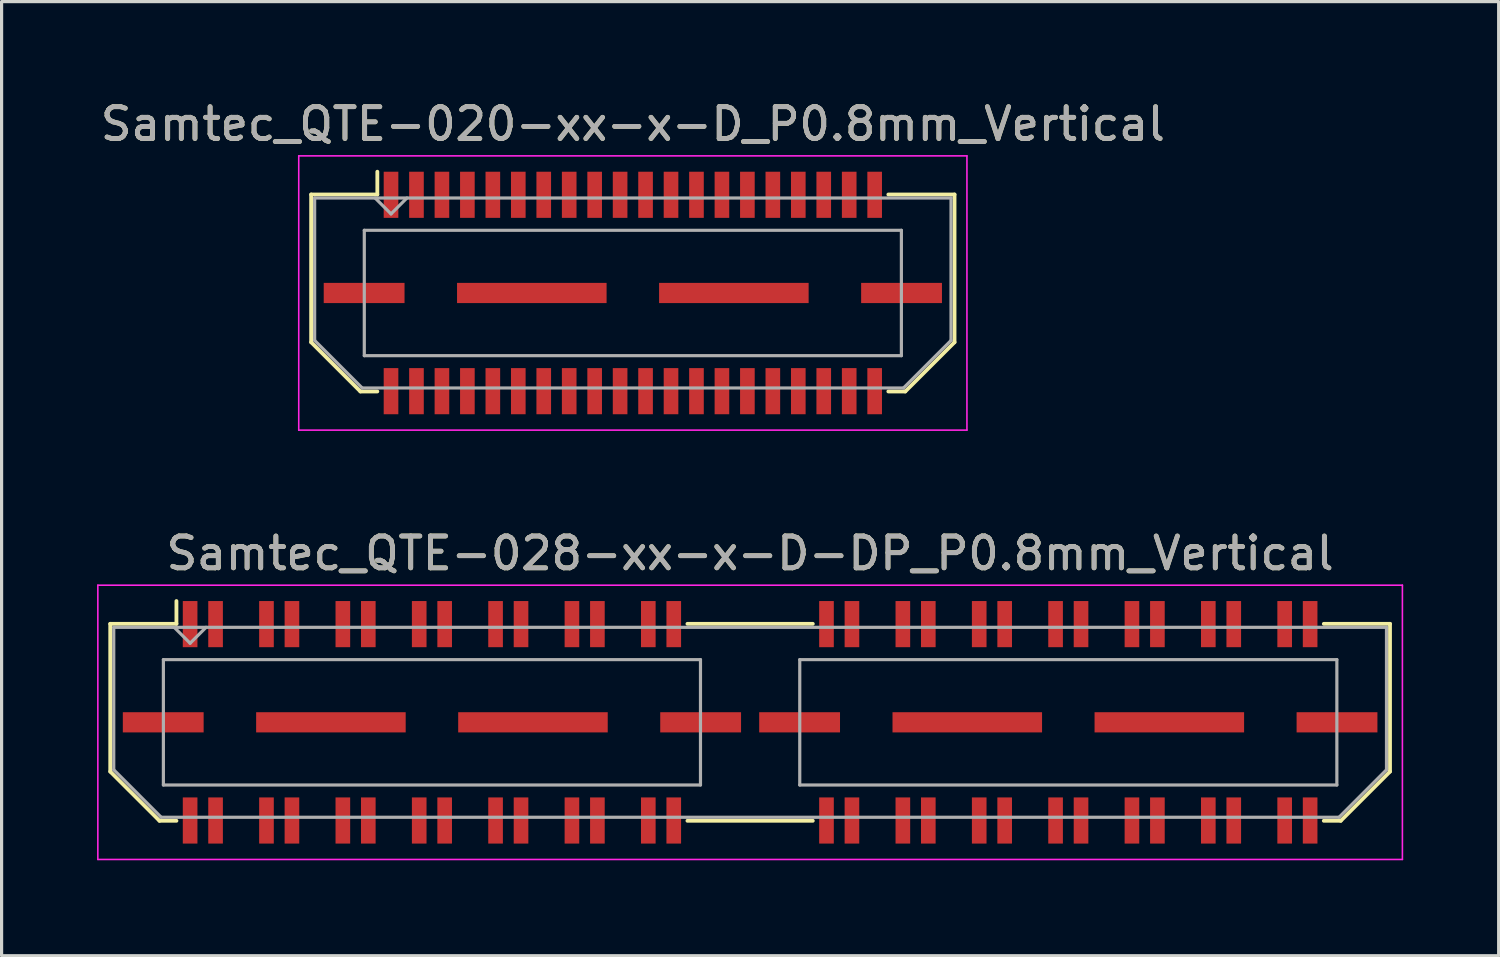
<source format=kicad_pcb>
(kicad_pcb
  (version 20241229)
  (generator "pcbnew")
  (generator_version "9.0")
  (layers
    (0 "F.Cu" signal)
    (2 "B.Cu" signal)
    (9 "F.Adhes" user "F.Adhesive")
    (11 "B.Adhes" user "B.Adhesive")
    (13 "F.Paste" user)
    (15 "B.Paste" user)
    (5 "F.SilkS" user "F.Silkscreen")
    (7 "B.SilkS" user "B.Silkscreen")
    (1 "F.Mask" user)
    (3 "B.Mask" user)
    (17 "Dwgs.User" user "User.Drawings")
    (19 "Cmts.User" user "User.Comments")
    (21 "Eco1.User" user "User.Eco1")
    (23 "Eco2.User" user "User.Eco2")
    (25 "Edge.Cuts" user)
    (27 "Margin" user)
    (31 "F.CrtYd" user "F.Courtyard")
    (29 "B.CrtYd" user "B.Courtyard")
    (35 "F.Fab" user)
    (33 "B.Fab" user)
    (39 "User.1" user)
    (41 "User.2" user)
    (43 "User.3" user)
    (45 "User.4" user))
  (footprint "Samtec_QTE-020-xx-x-D_P0.8mm_Vertical"
    (layer "F.Cu")
    (at 16.839 6.158)
    (property "Reference" "Samtec_QTE-020-xx-x-D_P0.8mm_Vertical" (at 0 -5.31 0) (layer "F.SilkS") (effects (font (size 1 1) (thickness 0.15))))
    (attr smd)
    (fp_line (start -10.11 -3.095) (end -10.11 1.548) (stroke (width 0.12) (type solid)) (layer "F.SilkS"))
    (fp_line (start -10.11 1.548) (end -8.562 3.095) (stroke (width 0.12) (type solid)) (layer "F.SilkS"))
    (fp_line (start -8.562 3.095) (end -8.03 3.095) (stroke (width 0.12) (type solid)) (layer "F.SilkS"))
    (fp_line (start -8.03 -3.811) (end -8.03 -3.095) (stroke (width 0.12) (type solid)) (layer "F.SilkS"))
    (fp_line (start -8.03 -3.095) (end -10.11 -3.095) (stroke (width 0.12) (type solid)) (layer "F.SilkS"))
    (fp_line (start 8.03 -3.095) (end 10.11 -3.095) (stroke (width 0.12) (type solid)) (layer "F.SilkS"))
    (fp_line (start 8.562 3.095) (end 8.03 3.095) (stroke (width 0.12) (type solid)) (layer "F.SilkS"))
    (fp_line (start 10.11 -3.095) (end 10.11 1.548) (stroke (width 0.12) (type solid)) (layer "F.SilkS"))
    (fp_line (start 10.11 1.548) (end 8.562 3.095) (stroke (width 0.12) (type solid)) (layer "F.SilkS"))
    (fp_line (start -10.5 -4.31) (end -10.5 4.31) (stroke (width 0.05) (type solid)) (layer "F.CrtYd"))
    (fp_line (start -10.5 4.31) (end 10.5 4.31) (stroke (width 0.05) (type solid)) (layer "F.CrtYd"))
    (fp_line (start 10.5 -4.31) (end -10.5 -4.31) (stroke (width 0.05) (type solid)) (layer "F.CrtYd"))
    (fp_line (start 10.5 4.31) (end 10.5 -4.31) (stroke (width 0.05) (type solid)) (layer "F.CrtYd"))
    (fp_line (start -10 -2.985) (end -10 1.492) (stroke (width 0.1) (type solid)) (layer "F.Fab"))
    (fp_line (start -10 -2.985) (end 10 -2.985) (stroke (width 0.1) (type solid)) (layer "F.Fab"))
    (fp_line (start -10 1.492) (end -8.508 2.985) (stroke (width 0.1) (type solid)) (layer "F.Fab"))
    (fp_line (start -8.508 2.985) (end 8.508 2.985) (stroke (width 0.1) (type solid)) (layer "F.Fab"))
    (fp_line (start -8.44 -1.97) (end -8.44 1.97) (stroke (width 0.1) (type solid)) (layer "F.Fab"))
    (fp_line (start -8.44 1.97) (end 8.44 1.97) (stroke (width 0.1) (type solid)) (layer "F.Fab"))
    (fp_line (start -7.6 -2.485) (end -8.1 -2.985) (stroke (width 0.1) (type solid)) (layer "F.Fab"))
    (fp_line (start -7.1 -2.985) (end -7.6 -2.485) (stroke (width 0.1) (type solid)) (layer "F.Fab"))
    (fp_line (start 8.44 -1.97) (end -8.44 -1.97) (stroke (width 0.1) (type solid)) (layer "F.Fab"))
    (fp_line (start 8.44 1.97) (end 8.44 -1.97) (stroke (width 0.1) (type solid)) (layer "F.Fab"))
    (fp_line (start 10 -2.985) (end 10 1.492) (stroke (width 0.1) (type solid)) (layer "F.Fab"))
    (fp_line (start 10 1.492) (end 8.508 2.985) (stroke (width 0.1) (type solid)) (layer "F.Fab"))
    (fp_text user "${REFERENCE}" (at 0 -5.31 0) (layer "F.Fab") (effects (font (size 1 1) (thickness 0.15))))
    (pad "1" smd rect (at -7.6 -3.086) (size 0.46 1.45) (layers "F.Cu" "F.Mask" "F.Paste"))
    (pad "2" smd rect (at -7.6 3.086) (size 0.46 1.45) (layers "F.Cu" "F.Mask" "F.Paste"))
    (pad "3" smd rect (at -6.8 -3.086) (size 0.46 1.45) (layers "F.Cu" "F.Mask" "F.Paste"))
    (pad "4" smd rect (at -6.8 3.086) (size 0.46 1.45) (layers "F.Cu" "F.Mask" "F.Paste"))
    (pad "5" smd rect (at -6 -3.086) (size 0.46 1.45) (layers "F.Cu" "F.Mask" "F.Paste"))
    (pad "6" smd rect (at -6 3.086) (size 0.46 1.45) (layers "F.Cu" "F.Mask" "F.Paste"))
    (pad "7" smd rect (at -5.2 -3.086) (size 0.46 1.45) (layers "F.Cu" "F.Mask" "F.Paste"))
    (pad "8" smd rect (at -5.2 3.086) (size 0.46 1.45) (layers "F.Cu" "F.Mask" "F.Paste"))
    (pad "9" smd rect (at -4.4 -3.086) (size 0.46 1.45) (layers "F.Cu" "F.Mask" "F.Paste"))
    (pad "10" smd rect (at -4.4 3.086) (size 0.46 1.45) (layers "F.Cu" "F.Mask" "F.Paste"))
    (pad "11" smd rect (at -3.6 -3.086) (size 0.46 1.45) (layers "F.Cu" "F.Mask" "F.Paste"))
    (pad "12" smd rect (at -3.6 3.086) (size 0.46 1.45) (layers "F.Cu" "F.Mask" "F.Paste"))
    (pad "13" smd rect (at -2.8 -3.086) (size 0.46 1.45) (layers "F.Cu" "F.Mask" "F.Paste"))
    (pad "14" smd rect (at -2.8 3.086) (size 0.46 1.45) (layers "F.Cu" "F.Mask" "F.Paste"))
    (pad "15" smd rect (at -2 -3.086) (size 0.46 1.45) (layers "F.Cu" "F.Mask" "F.Paste"))
    (pad "16" smd rect (at -2 3.086) (size 0.46 1.45) (layers "F.Cu" "F.Mask" "F.Paste"))
    (pad "17" smd rect (at -1.2 -3.086) (size 0.46 1.45) (layers "F.Cu" "F.Mask" "F.Paste"))
    (pad "18" smd rect (at -1.2 3.086) (size 0.46 1.45) (layers "F.Cu" "F.Mask" "F.Paste"))
    (pad "19" smd rect (at -0.4 -3.086) (size 0.46 1.45) (layers "F.Cu" "F.Mask" "F.Paste"))
    (pad "20" smd rect (at -0.4 3.086) (size 0.46 1.45) (layers "F.Cu" "F.Mask" "F.Paste"))
    (pad "21" smd rect (at 0.4 -3.086) (size 0.46 1.45) (layers "F.Cu" "F.Mask" "F.Paste"))
    (pad "22" smd rect (at 0.4 3.086) (size 0.46 1.45) (layers "F.Cu" "F.Mask" "F.Paste"))
    (pad "23" smd rect (at 1.2 -3.086) (size 0.46 1.45) (layers "F.Cu" "F.Mask" "F.Paste"))
    (pad "24" smd rect (at 1.2 3.086) (size 0.46 1.45) (layers "F.Cu" "F.Mask" "F.Paste"))
    (pad "25" smd rect (at 2 -3.086) (size 0.46 1.45) (layers "F.Cu" "F.Mask" "F.Paste"))
    (pad "26" smd rect (at 2 3.086) (size 0.46 1.45) (layers "F.Cu" "F.Mask" "F.Paste"))
    (pad "27" smd rect (at 2.8 -3.086) (size 0.46 1.45) (layers "F.Cu" "F.Mask" "F.Paste"))
    (pad "28" smd rect (at 2.8 3.086) (size 0.46 1.45) (layers "F.Cu" "F.Mask" "F.Paste"))
    (pad "29" smd rect (at 3.6 -3.086) (size 0.46 1.45) (layers "F.Cu" "F.Mask" "F.Paste"))
    (pad "30" smd rect (at 3.6 3.086) (size 0.46 1.45) (layers "F.Cu" "F.Mask" "F.Paste"))
    (pad "31" smd rect (at 4.4 -3.086) (size 0.46 1.45) (layers "F.Cu" "F.Mask" "F.Paste"))
    (pad "32" smd rect (at 4.4 3.086) (size 0.46 1.45) (layers "F.Cu" "F.Mask" "F.Paste"))
    (pad "33" smd rect (at 5.2 -3.086) (size 0.46 1.45) (layers "F.Cu" "F.Mask" "F.Paste"))
    (pad "34" smd rect (at 5.2 3.086) (size 0.46 1.45) (layers "F.Cu" "F.Mask" "F.Paste"))
    (pad "35" smd rect (at 6 -3.086) (size 0.46 1.45) (layers "F.Cu" "F.Mask" "F.Paste"))
    (pad "36" smd rect (at 6 3.086) (size 0.46 1.45) (layers "F.Cu" "F.Mask" "F.Paste"))
    (pad "37" smd rect (at 6.8 -3.086) (size 0.46 1.45) (layers "F.Cu" "F.Mask" "F.Paste"))
    (pad "38" smd rect (at 6.8 3.086) (size 0.46 1.45) (layers "F.Cu" "F.Mask" "F.Paste"))
    (pad "39" smd rect (at 7.6 -3.086) (size 0.46 1.45) (layers "F.Cu" "F.Mask" "F.Paste"))
    (pad "40" smd rect (at 7.6 3.086) (size 0.46 1.45) (layers "F.Cu" "F.Mask" "F.Paste"))
    (pad "P1" smd rect (at -8.445 0) (size 2.54 0.635) (layers "F.Cu" "F.Mask" "F.Paste"))
    (pad "P1" smd rect (at -3.175 0) (size 4.7 0.635) (layers "F.Cu" "F.Mask" "F.Paste"))
    (pad "P1" smd rect (at 3.175 0) (size 4.7 0.635) (layers "F.Cu" "F.Mask" "F.Paste"))
    (pad "P1" smd rect (at 8.445 0) (size 2.54 0.635) (layers "F.Cu" "F.Mask" "F.Paste")))
  (footprint "Samtec_QTE-028-xx-x-D-DP_P0.8mm_Vertical"
    (layer "F.Cu")
    (at 20.525 19.651)
    (property "Reference" "Samtec_QTE-028-xx-x-D-DP_P0.8mm_Vertical" (at 0 -5.31 0) (layer "F.SilkS") (effects (font (size 1 1) (thickness 0.15))))
    (attr smd)
    (fp_line (start -20.11 -3.095) (end -20.11 1.548) (stroke (width 0.12) (type solid)) (layer "F.SilkS"))
    (fp_line (start -20.11 1.548) (end -18.562 3.095) (stroke (width 0.12) (type solid)) (layer "F.SilkS"))
    (fp_line (start -18.562 3.095) (end -18.03 3.095) (stroke (width 0.12) (type solid)) (layer "F.SilkS"))
    (fp_line (start -18.03 -3.811) (end -18.03 -3.095) (stroke (width 0.12) (type solid)) (layer "F.SilkS"))
    (fp_line (start -18.03 -3.095) (end -20.11 -3.095) (stroke (width 0.12) (type solid)) (layer "F.SilkS"))
    (fp_line (start -1.97 -3.095) (end 1.97 -3.095) (stroke (width 0.12) (type solid)) (layer "F.SilkS"))
    (fp_line (start -1.97 3.095) (end 1.97 3.095) (stroke (width 0.12) (type solid)) (layer "F.SilkS"))
    (fp_line (start 18.03 -3.095) (end 20.11 -3.095) (stroke (width 0.12) (type solid)) (layer "F.SilkS"))
    (fp_line (start 18.562 3.095) (end 18.03 3.095) (stroke (width 0.12) (type solid)) (layer "F.SilkS"))
    (fp_line (start 20.11 -3.095) (end 20.11 1.548) (stroke (width 0.12) (type solid)) (layer "F.SilkS"))
    (fp_line (start 20.11 1.548) (end 18.562 3.095) (stroke (width 0.12) (type solid)) (layer "F.SilkS"))
    (fp_line (start -20.5 -4.31) (end -20.5 4.31) (stroke (width 0.05) (type solid)) (layer "F.CrtYd"))
    (fp_line (start -20.5 4.31) (end 20.5 4.31) (stroke (width 0.05) (type solid)) (layer "F.CrtYd"))
    (fp_line (start 20.5 -4.31) (end -20.5 -4.31) (stroke (width 0.05) (type solid)) (layer "F.CrtYd"))
    (fp_line (start 20.5 4.31) (end 20.5 -4.31) (stroke (width 0.05) (type solid)) (layer "F.CrtYd"))
    (fp_line (start -20 -2.985) (end -20 1.492) (stroke (width 0.1) (type solid)) (layer "F.Fab"))
    (fp_line (start -20 -2.985) (end 20 -2.985) (stroke (width 0.1) (type solid)) (layer "F.Fab"))
    (fp_line (start -20 1.492) (end -18.508 2.985) (stroke (width 0.1) (type solid)) (layer "F.Fab"))
    (fp_line (start -18.508 2.985) (end 18.508 2.985) (stroke (width 0.1) (type solid)) (layer "F.Fab"))
    (fp_line (start -18.44 -1.97) (end -18.44 1.97) (stroke (width 0.1) (type solid)) (layer "F.Fab"))
    (fp_line (start -18.44 1.97) (end -1.56 1.97) (stroke (width 0.1) (type solid)) (layer "F.Fab"))
    (fp_line (start -17.6 -2.485) (end -18.1 -2.985) (stroke (width 0.1) (type solid)) (layer "F.Fab"))
    (fp_line (start -17.1 -2.985) (end -17.6 -2.485) (stroke (width 0.1) (type solid)) (layer "F.Fab"))
    (fp_line (start -1.56 -1.97) (end -18.44 -1.97) (stroke (width 0.1) (type solid)) (layer "F.Fab"))
    (fp_line (start -1.56 1.97) (end -1.56 -1.97) (stroke (width 0.1) (type solid)) (layer "F.Fab"))
    (fp_line (start 1.56 -1.97) (end 1.56 1.97) (stroke (width 0.1) (type solid)) (layer "F.Fab"))
    (fp_line (start 1.56 1.97) (end 18.44 1.97) (stroke (width 0.1) (type solid)) (layer "F.Fab"))
    (fp_line (start 18.44 -1.97) (end 1.56 -1.97) (stroke (width 0.1) (type solid)) (layer "F.Fab"))
    (fp_line (start 18.44 1.97) (end 18.44 -1.97) (stroke (width 0.1) (type solid)) (layer "F.Fab"))
    (fp_line (start 20 -2.985) (end 20 1.492) (stroke (width 0.1) (type solid)) (layer "F.Fab"))
    (fp_line (start 20 1.492) (end 18.508 2.985) (stroke (width 0.1) (type solid)) (layer "F.Fab"))
    (fp_text user "${REFERENCE}" (at 0 -5.31 0) (layer "F.Fab") (effects (font (size 1 1) (thickness 0.15))))
    (pad "1" smd rect (at -17.6 -3.086) (size 0.46 1.45) (layers "F.Cu" "F.Mask" "F.Paste"))
    (pad "2" smd rect (at -17.6 3.086) (size 0.46 1.45) (layers "F.Cu" "F.Mask" "F.Paste"))
    (pad "3" smd rect (at -16.8 -3.086) (size 0.46 1.45) (layers "F.Cu" "F.Mask" "F.Paste"))
    (pad "4" smd rect (at -16.8 3.086) (size 0.46 1.45) (layers "F.Cu" "F.Mask" "F.Paste"))
    (pad "5" smd rect (at -15.2 -3.086) (size 0.46 1.45) (layers "F.Cu" "F.Mask" "F.Paste"))
    (pad "6" smd rect (at -15.2 3.086) (size 0.46 1.45) (layers "F.Cu" "F.Mask" "F.Paste"))
    (pad "7" smd rect (at -14.4 -3.086) (size 0.46 1.45) (layers "F.Cu" "F.Mask" "F.Paste"))
    (pad "8" smd rect (at -14.4 3.086) (size 0.46 1.45) (layers "F.Cu" "F.Mask" "F.Paste"))
    (pad "9" smd rect (at -12.8 -3.086) (size 0.46 1.45) (layers "F.Cu" "F.Mask" "F.Paste"))
    (pad "10" smd rect (at -12.8 3.086) (size 0.46 1.45) (layers "F.Cu" "F.Mask" "F.Paste"))
    (pad "11" smd rect (at -12 -3.086) (size 0.46 1.45) (layers "F.Cu" "F.Mask" "F.Paste"))
    (pad "12" smd rect (at -12 3.086) (size 0.46 1.45) (layers "F.Cu" "F.Mask" "F.Paste"))
    (pad "13" smd rect (at -10.4 -3.086) (size 0.46 1.45) (layers "F.Cu" "F.Mask" "F.Paste"))
    (pad "14" smd rect (at -10.4 3.086) (size 0.46 1.45) (layers "F.Cu" "F.Mask" "F.Paste"))
    (pad "15" smd rect (at -9.6 -3.086) (size 0.46 1.45) (layers "F.Cu" "F.Mask" "F.Paste"))
    (pad "16" smd rect (at -9.6 3.086) (size 0.46 1.45) (layers "F.Cu" "F.Mask" "F.Paste"))
    (pad "17" smd rect (at -8 -3.086) (size 0.46 1.45) (layers "F.Cu" "F.Mask" "F.Paste"))
    (pad "18" smd rect (at -8 3.086) (size 0.46 1.45) (layers "F.Cu" "F.Mask" "F.Paste"))
    (pad "19" smd rect (at -7.2 -3.086) (size 0.46 1.45) (layers "F.Cu" "F.Mask" "F.Paste"))
    (pad "20" smd rect (at -7.2 3.086) (size 0.46 1.45) (layers "F.Cu" "F.Mask" "F.Paste"))
    (pad "21" smd rect (at -5.6 -3.086) (size 0.46 1.45) (layers "F.Cu" "F.Mask" "F.Paste"))
    (pad "22" smd rect (at -5.6 3.086) (size 0.46 1.45) (layers "F.Cu" "F.Mask" "F.Paste"))
    (pad "23" smd rect (at -4.8 -3.086) (size 0.46 1.45) (layers "F.Cu" "F.Mask" "F.Paste"))
    (pad "24" smd rect (at -4.8 3.086) (size 0.46 1.45) (layers "F.Cu" "F.Mask" "F.Paste"))
    (pad "25" smd rect (at -3.2 -3.086) (size 0.46 1.45) (layers "F.Cu" "F.Mask" "F.Paste"))
    (pad "26" smd rect (at -3.2 3.086) (size 0.46 1.45) (layers "F.Cu" "F.Mask" "F.Paste"))
    (pad "27" smd rect (at -2.4 -3.086) (size 0.46 1.45) (layers "F.Cu" "F.Mask" "F.Paste"))
    (pad "28" smd rect (at -2.4 3.086) (size 0.46 1.45) (layers "F.Cu" "F.Mask" "F.Paste"))
    (pad "29" smd rect (at 2.4 -3.086) (size 0.46 1.45) (layers "F.Cu" "F.Mask" "F.Paste"))
    (pad "30" smd rect (at 2.4 3.086) (size 0.46 1.45) (layers "F.Cu" "F.Mask" "F.Paste"))
    (pad "31" smd rect (at 3.2 -3.086) (size 0.46 1.45) (layers "F.Cu" "F.Mask" "F.Paste"))
    (pad "32" smd rect (at 3.2 3.086) (size 0.46 1.45) (layers "F.Cu" "F.Mask" "F.Paste"))
    (pad "33" smd rect (at 4.8 -3.086) (size 0.46 1.45) (layers "F.Cu" "F.Mask" "F.Paste"))
    (pad "34" smd rect (at 4.8 3.086) (size 0.46 1.45) (layers "F.Cu" "F.Mask" "F.Paste"))
    (pad "35" smd rect (at 5.6 -3.086) (size 0.46 1.45) (layers "F.Cu" "F.Mask" "F.Paste"))
    (pad "36" smd rect (at 5.6 3.086) (size 0.46 1.45) (layers "F.Cu" "F.Mask" "F.Paste"))
    (pad "37" smd rect (at 7.2 -3.086) (size 0.46 1.45) (layers "F.Cu" "F.Mask" "F.Paste"))
    (pad "38" smd rect (at 7.2 3.086) (size 0.46 1.45) (layers "F.Cu" "F.Mask" "F.Paste"))
    (pad "39" smd rect (at 8 -3.086) (size 0.46 1.45) (layers "F.Cu" "F.Mask" "F.Paste"))
    (pad "40" smd rect (at 8 3.086) (size 0.46 1.45) (layers "F.Cu" "F.Mask" "F.Paste"))
    (pad "41" smd rect (at 9.6 -3.086) (size 0.46 1.45) (layers "F.Cu" "F.Mask" "F.Paste"))
    (pad "42" smd rect (at 9.6 3.086) (size 0.46 1.45) (layers "F.Cu" "F.Mask" "F.Paste"))
    (pad "43" smd rect (at 10.4 -3.086) (size 0.46 1.45) (layers "F.Cu" "F.Mask" "F.Paste"))
    (pad "44" smd rect (at 10.4 3.086) (size 0.46 1.45) (layers "F.Cu" "F.Mask" "F.Paste"))
    (pad "45" smd rect (at 12 -3.086) (size 0.46 1.45) (layers "F.Cu" "F.Mask" "F.Paste"))
    (pad "46" smd rect (at 12 3.086) (size 0.46 1.45) (layers "F.Cu" "F.Mask" "F.Paste"))
    (pad "47" smd rect (at 12.8 -3.086) (size 0.46 1.45) (layers "F.Cu" "F.Mask" "F.Paste"))
    (pad "48" smd rect (at 12.8 3.086) (size 0.46 1.45) (layers "F.Cu" "F.Mask" "F.Paste"))
    (pad "49" smd rect (at 14.4 -3.086) (size 0.46 1.45) (layers "F.Cu" "F.Mask" "F.Paste"))
    (pad "50" smd rect (at 14.4 3.086) (size 0.46 1.45) (layers "F.Cu" "F.Mask" "F.Paste"))
    (pad "51" smd rect (at 15.2 -3.086) (size 0.46 1.45) (layers "F.Cu" "F.Mask" "F.Paste"))
    (pad "52" smd rect (at 15.2 3.086) (size 0.46 1.45) (layers "F.Cu" "F.Mask" "F.Paste"))
    (pad "53" smd rect (at 16.8 -3.086) (size 0.46 1.45) (layers "F.Cu" "F.Mask" "F.Paste"))
    (pad "54" smd rect (at 16.8 3.086) (size 0.46 1.45) (layers "F.Cu" "F.Mask" "F.Paste"))
    (pad "55" smd rect (at 17.6 -3.086) (size 0.46 1.45) (layers "F.Cu" "F.Mask" "F.Paste"))
    (pad "56" smd rect (at 17.6 3.086) (size 0.46 1.45) (layers "F.Cu" "F.Mask" "F.Paste"))
    (pad "P1" smd rect (at -18.445 0) (size 2.54 0.635) (layers "F.Cu" "F.Mask" "F.Paste"))
    (pad "P1" smd rect (at -13.175 0) (size 4.7 0.635) (layers "F.Cu" "F.Mask" "F.Paste"))
    (pad "P1" smd rect (at -6.825 0) (size 4.7 0.635) (layers "F.Cu" "F.Mask" "F.Paste"))
    (pad "P1" smd rect (at -1.555 0) (size 2.54 0.635) (layers "F.Cu" "F.Mask" "F.Paste"))
    (pad "P2" smd rect (at 1.555 0) (size 2.54 0.635) (layers "F.Cu" "F.Mask" "F.Paste"))
    (pad "P2" smd rect (at 6.825 0) (size 4.7 0.635) (layers "F.Cu" "F.Mask" "F.Paste"))
    (pad "P2" smd rect (at 13.175 0) (size 4.7 0.635) (layers "F.Cu" "F.Mask" "F.Paste"))
    (pad "P2" smd rect (at 18.445 0) (size 2.54 0.635) (layers "F.Cu" "F.Mask" "F.Paste")))
  (gr_rect
    (start -3 -3)
    (end 44.05 26.986)
    (stroke (width 0.1) (type default))
    (fill no)
    (layer "Edge.Cuts")))
</source>
